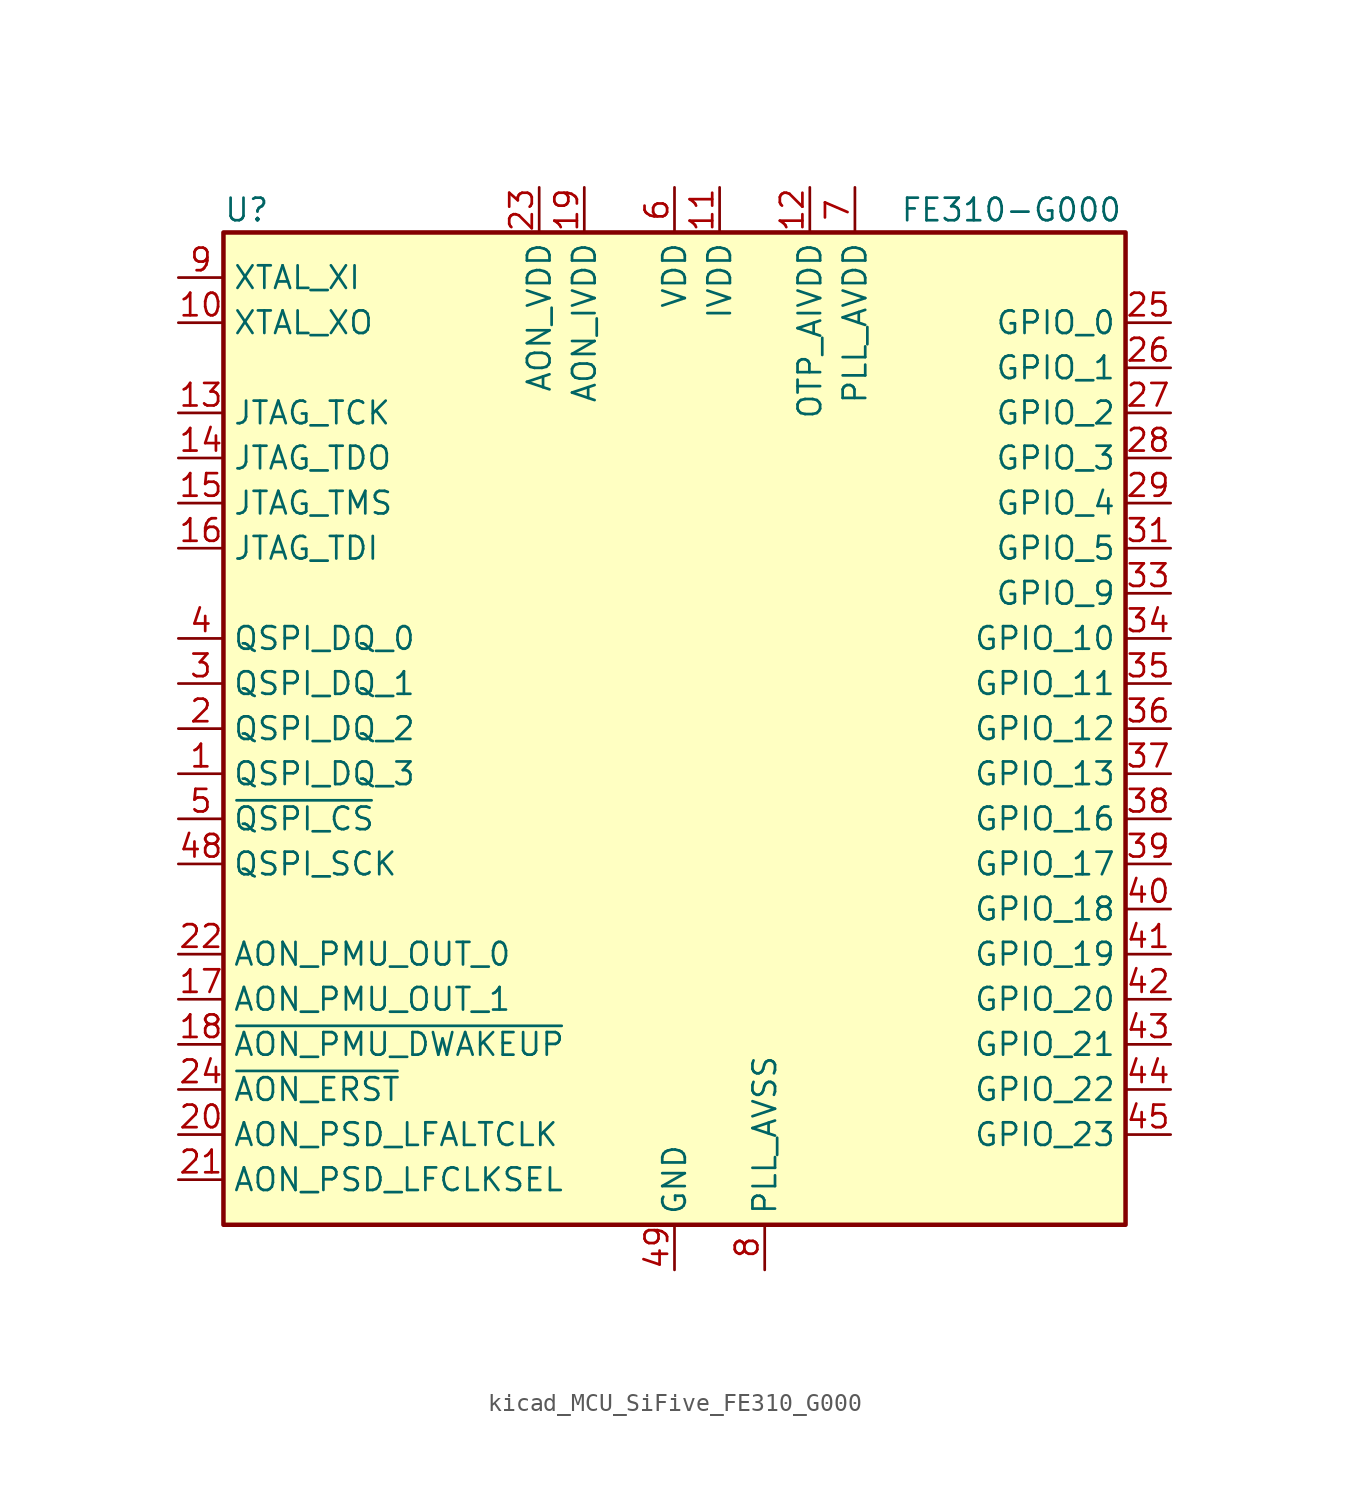
<source format=kicad_sym>
(kicad_symbol_lib
  (version 20220914)
  (generator kicad_symbol_editor)
  (symbol "kicad_MCU_SiFive_FE310_G000"
    (property "Reference" "U"
      (at -25.4 29.21 0)
      (effects (font (size 1.27 1.27)) (justify left)))
    (property "Value" "FE310-G000"
      (at 12.7 29.21 0)
      (effects (font (size 1.27 1.27)) (justify left)))
    (symbol "kicad_MCU_SiFive_FE310_G000_0_1"
      (rectangle (start -25.4 27.94) (end 25.4 -27.94) (stroke (width 0.254) (type default)) (fill (type background))))
    (symbol "kicad_MCU_SiFive_FE310_G000_1_1"
      (pin bidirectional line (at -27.94 -2.54 0) (length 2.54) (name "QSPI_DQ_3" (effects (font (size 1.27 1.27)))) (number "1" (effects (font (size 1.27 1.27)))))
      (pin output line (at -27.94 22.86 0) (length 2.54) (name "XTAL_XO" (effects (font (size 1.27 1.27)))) (number "10" (effects (font (size 1.27 1.27)))))
      (pin power_in line (at 2.54 30.48 270) (length 2.54) (name "IVDD" (effects (font (size 1.27 1.27)))) (number "11" (effects (font (size 1.27 1.27)))))
      (pin power_in line (at 7.62 30.48 270) (length 2.54) (name "OTP_AIVDD" (effects (font (size 1.27 1.27)))) (number "12" (effects (font (size 1.27 1.27)))))
      (pin input line (at -27.94 17.78 0) (length 2.54) (name "JTAG_TCK" (effects (font (size 1.27 1.27)))) (number "13" (effects (font (size 1.27 1.27)))))
      (pin output line (at -27.94 15.24 0) (length 2.54) (name "JTAG_TDO" (effects (font (size 1.27 1.27)))) (number "14" (effects (font (size 1.27 1.27)))))
      (pin input line (at -27.94 12.7 0) (length 2.54) (name "JTAG_TMS" (effects (font (size 1.27 1.27)))) (number "15" (effects (font (size 1.27 1.27)))))
      (pin input line (at -27.94 10.16 0) (length 2.54) (name "JTAG_TDI" (effects (font (size 1.27 1.27)))) (number "16" (effects (font (size 1.27 1.27)))))
      (pin output line (at -27.94 -15.24 0) (length 2.54) (name "AON_PMU_OUT_1" (effects (font (size 1.27 1.27)))) (number "17" (effects (font (size 1.27 1.27)))))
      (pin input line (at -27.94 -17.78 0) (length 2.54) (name "~{AON_PMU_DWAKEUP}" (effects (font (size 1.27 1.27)))) (number "18" (effects (font (size 1.27 1.27)))))
      (pin power_in line (at -5.08 30.48 270) (length 2.54) (name "AON_IVDD" (effects (font (size 1.27 1.27)))) (number "19" (effects (font (size 1.27 1.27)))))
      (pin bidirectional line (at -27.94 0 0) (length 2.54) (name "QSPI_DQ_2" (effects (font (size 1.27 1.27)))) (number "2" (effects (font (size 1.27 1.27)))))
      (pin input line (at -27.94 -22.86 0) (length 2.54) (name "AON_PSD_LFALTCLK" (effects (font (size 1.27 1.27)))) (number "20" (effects (font (size 1.27 1.27)))))
      (pin input line (at -27.94 -25.4 0) (length 2.54) (name "AON_PSD_LFCLKSEL" (effects (font (size 1.27 1.27)))) (number "21" (effects (font (size 1.27 1.27)))))
      (pin output line (at -27.94 -12.7 0) (length 2.54) (name "AON_PMU_OUT_0" (effects (font (size 1.27 1.27)))) (number "22" (effects (font (size 1.27 1.27)))))
      (pin power_in line (at -7.62 30.48 270) (length 2.54) (name "AON_VDD" (effects (font (size 1.27 1.27)))) (number "23" (effects (font (size 1.27 1.27)))))
      (pin input line (at -27.94 -20.32 0) (length 2.54) (name "~{AON_ERST}" (effects (font (size 1.27 1.27)))) (number "24" (effects (font (size 1.27 1.27)))))
      (pin bidirectional line (at 27.94 22.86 180) (length 2.54) (name "GPIO_0" (effects (font (size 1.27 1.27)))) (number "25" (effects (font (size 1.27 1.27)))))
      (pin bidirectional line (at 27.94 20.32 180) (length 2.54) (name "GPIO_1" (effects (font (size 1.27 1.27)))) (number "26" (effects (font (size 1.27 1.27)))))
      (pin bidirectional line (at 27.94 17.78 180) (length 2.54) (name "GPIO_2" (effects (font (size 1.27 1.27)))) (number "27" (effects (font (size 1.27 1.27)))))
      (pin bidirectional line (at 27.94 15.24 180) (length 2.54) (name "GPIO_3" (effects (font (size 1.27 1.27)))) (number "28" (effects (font (size 1.27 1.27)))))
      (pin bidirectional line (at 27.94 12.7 180) (length 2.54) (name "GPIO_4" (effects (font (size 1.27 1.27)))) (number "29" (effects (font (size 1.27 1.27)))))
      (pin bidirectional line (at -27.94 2.54 0) (length 2.54) (name "QSPI_DQ_1" (effects (font (size 1.27 1.27)))) (number "3" (effects (font (size 1.27 1.27)))))
      (pin passive line (at 0 30.48 270) (length 2.54) hide (name "VDD" (effects (font (size 1.27 1.27)))) (number "30" (effects (font (size 1.27 1.27)))))
      (pin bidirectional line (at 27.94 10.16 180) (length 2.54) (name "GPIO_5" (effects (font (size 1.27 1.27)))) (number "31" (effects (font (size 1.27 1.27)))))
      (pin passive line (at 2.54 30.48 270) (length 2.54) hide (name "IVDD" (effects (font (size 1.27 1.27)))) (number "32" (effects (font (size 1.27 1.27)))))
      (pin bidirectional line (at 27.94 7.62 180) (length 2.54) (name "GPIO_9" (effects (font (size 1.27 1.27)))) (number "33" (effects (font (size 1.27 1.27)))))
      (pin bidirectional line (at 27.94 5.08 180) (length 2.54) (name "GPIO_10" (effects (font (size 1.27 1.27)))) (number "34" (effects (font (size 1.27 1.27)))))
      (pin bidirectional line (at 27.94 2.54 180) (length 2.54) (name "GPIO_11" (effects (font (size 1.27 1.27)))) (number "35" (effects (font (size 1.27 1.27)))))
      (pin bidirectional line (at 27.94 0 180) (length 2.54) (name "GPIO_12" (effects (font (size 1.27 1.27)))) (number "36" (effects (font (size 1.27 1.27)))))
      (pin bidirectional line (at 27.94 -2.54 180) (length 2.54) (name "GPIO_13" (effects (font (size 1.27 1.27)))) (number "37" (effects (font (size 1.27 1.27)))))
      (pin bidirectional line (at 27.94 -5.08 180) (length 2.54) (name "GPIO_16" (effects (font (size 1.27 1.27)))) (number "38" (effects (font (size 1.27 1.27)))))
      (pin bidirectional line (at 27.94 -7.62 180) (length 2.54) (name "GPIO_17" (effects (font (size 1.27 1.27)))) (number "39" (effects (font (size 1.27 1.27)))))
      (pin bidirectional line (at -27.94 5.08 0) (length 2.54) (name "QSPI_DQ_0" (effects (font (size 1.27 1.27)))) (number "4" (effects (font (size 1.27 1.27)))))
      (pin bidirectional line (at 27.94 -10.16 180) (length 2.54) (name "GPIO_18" (effects (font (size 1.27 1.27)))) (number "40" (effects (font (size 1.27 1.27)))))
      (pin bidirectional line (at 27.94 -12.7 180) (length 2.54) (name "GPIO_19" (effects (font (size 1.27 1.27)))) (number "41" (effects (font (size 1.27 1.27)))))
      (pin bidirectional line (at 27.94 -15.24 180) (length 2.54) (name "GPIO_20" (effects (font (size 1.27 1.27)))) (number "42" (effects (font (size 1.27 1.27)))))
      (pin bidirectional line (at 27.94 -17.78 180) (length 2.54) (name "GPIO_21" (effects (font (size 1.27 1.27)))) (number "43" (effects (font (size 1.27 1.27)))))
      (pin bidirectional line (at 27.94 -20.32 180) (length 2.54) (name "GPIO_22" (effects (font (size 1.27 1.27)))) (number "44" (effects (font (size 1.27 1.27)))))
      (pin bidirectional line (at 27.94 -22.86 180) (length 2.54) (name "GPIO_23" (effects (font (size 1.27 1.27)))) (number "45" (effects (font (size 1.27 1.27)))))
      (pin passive line (at 0 30.48 270) (length 2.54) hide (name "VDD" (effects (font (size 1.27 1.27)))) (number "46" (effects (font (size 1.27 1.27)))))
      (pin passive line (at 2.54 30.48 270) (length 2.54) hide (name "IVDD" (effects (font (size 1.27 1.27)))) (number "47" (effects (font (size 1.27 1.27)))))
      (pin output line (at -27.94 -7.62 0) (length 2.54) (name "QSPI_SCK" (effects (font (size 1.27 1.27)))) (number "48" (effects (font (size 1.27 1.27)))))
      (pin power_in line (at 0 -30.48 90) (length 2.54) (name "GND" (effects (font (size 1.27 1.27)))) (number "49" (effects (font (size 1.27 1.27)))))
      (pin output line (at -27.94 -5.08 0) (length 2.54) (name "~{QSPI_CS}" (effects (font (size 1.27 1.27)))) (number "5" (effects (font (size 1.27 1.27)))))
      (pin power_in line (at 0 30.48 270) (length 2.54) (name "VDD" (effects (font (size 1.27 1.27)))) (number "6" (effects (font (size 1.27 1.27)))))
      (pin power_in line (at 10.16 30.48 270) (length 2.54) (name "PLL_AVDD" (effects (font (size 1.27 1.27)))) (number "7" (effects (font (size 1.27 1.27)))))
      (pin power_in line (at 5.08 -30.48 90) (length 2.54) (name "PLL_AVSS" (effects (font (size 1.27 1.27)))) (number "8" (effects (font (size 1.27 1.27)))))
      (pin input line (at -27.94 25.4 0) (length 2.54) (name "XTAL_XI" (effects (font (size 1.27 1.27)))) (number "9" (effects (font (size 1.27 1.27))))))))
</source>
